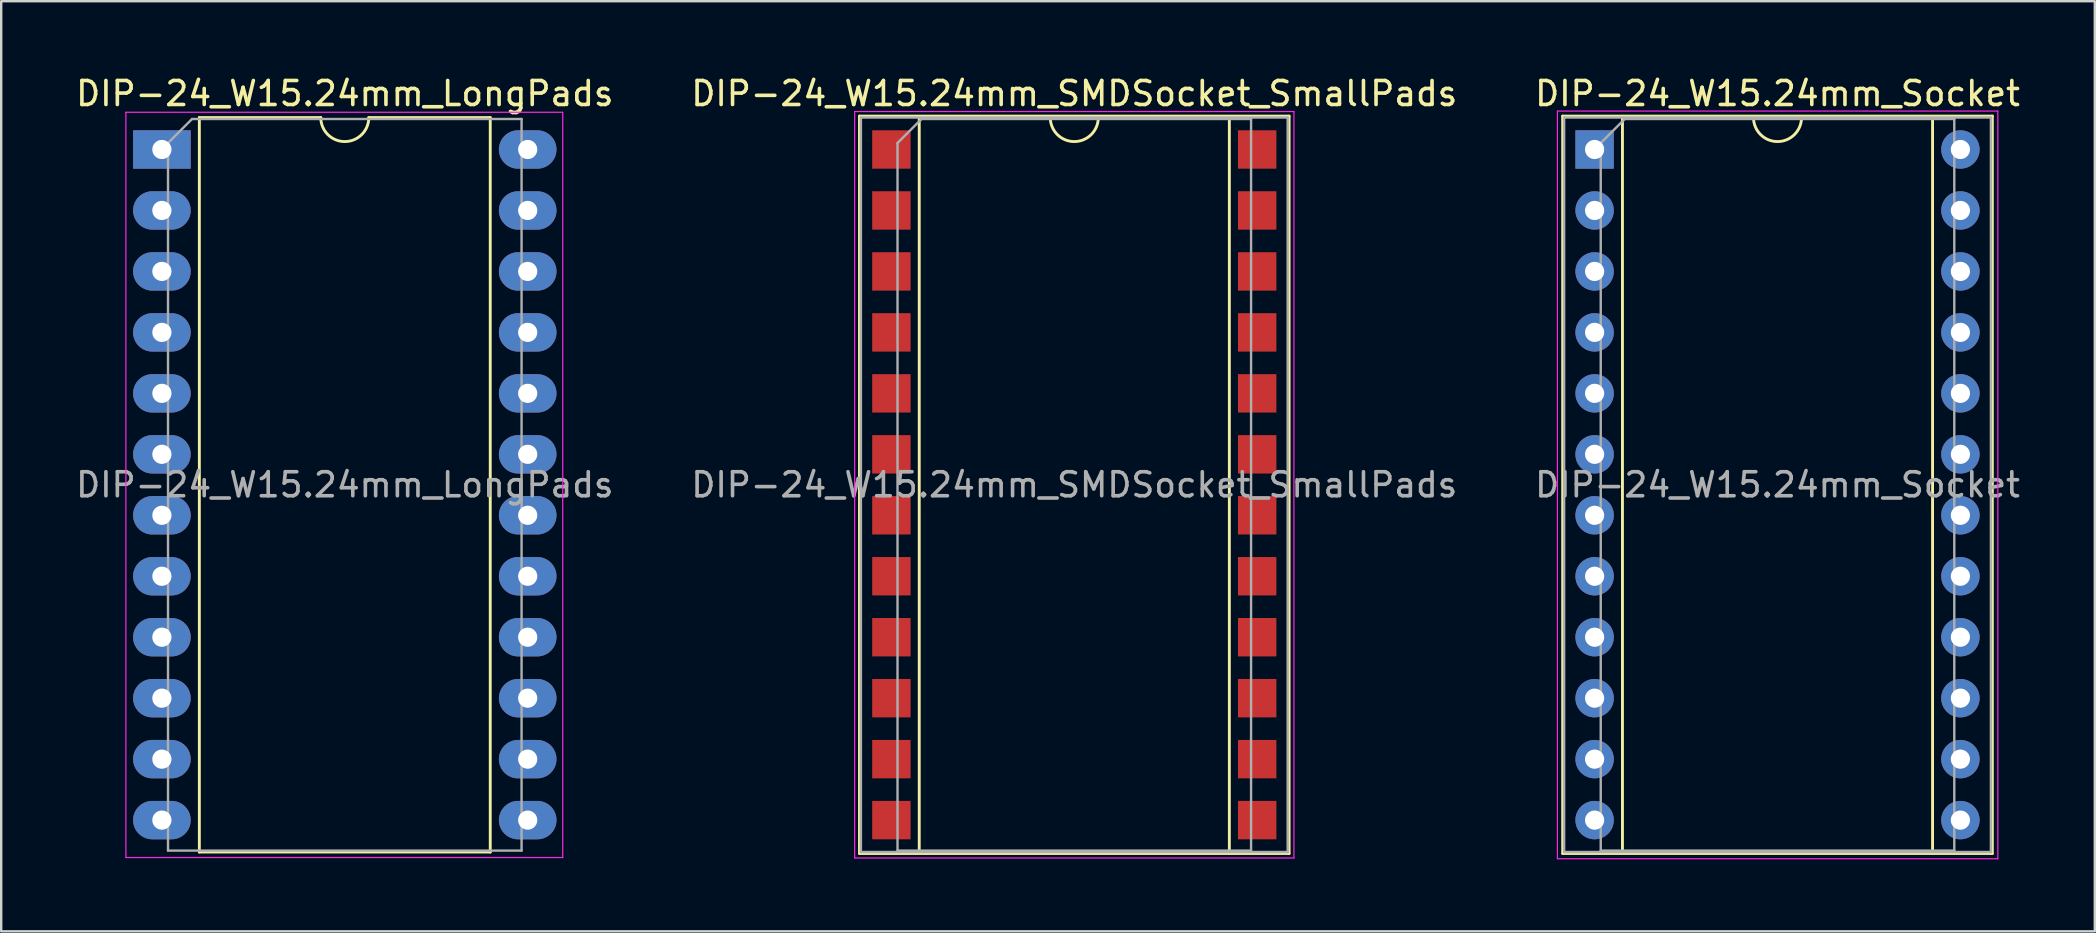
<source format=kicad_pcb>
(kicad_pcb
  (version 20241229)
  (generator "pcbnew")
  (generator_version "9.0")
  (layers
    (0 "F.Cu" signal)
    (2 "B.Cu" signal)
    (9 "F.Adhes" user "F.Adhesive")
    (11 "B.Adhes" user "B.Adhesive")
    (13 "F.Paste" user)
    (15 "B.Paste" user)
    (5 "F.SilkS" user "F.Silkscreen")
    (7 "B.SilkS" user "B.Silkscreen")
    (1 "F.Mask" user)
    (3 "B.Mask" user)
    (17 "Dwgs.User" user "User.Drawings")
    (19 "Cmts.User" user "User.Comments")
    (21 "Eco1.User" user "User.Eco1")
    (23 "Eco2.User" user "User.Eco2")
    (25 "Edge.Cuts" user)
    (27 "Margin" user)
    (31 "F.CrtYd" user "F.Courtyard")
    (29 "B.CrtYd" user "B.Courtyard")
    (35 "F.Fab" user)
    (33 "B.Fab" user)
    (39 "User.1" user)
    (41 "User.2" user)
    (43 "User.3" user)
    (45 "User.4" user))
  (footprint "DIP-24_W15.24mm_LongPads"
    (layer "F.Cu")
    (at 3.695 3.178)
    (property "Reference" "DIP-24_W15.24mm_LongPads" (at 7.62 -2.33 0) (layer "F.SilkS") (effects (font (size 1 1) (thickness 0.15))))
    (attr through_hole)
    (fp_line (start 1.56 -1.33) (end 1.56 29.27) (stroke (width 0.12) (type solid)) (layer "F.SilkS"))
    (fp_line (start 1.56 29.27) (end 13.68 29.27) (stroke (width 0.12) (type solid)) (layer "F.SilkS"))
    (fp_line (start 6.62 -1.33) (end 1.56 -1.33) (stroke (width 0.12) (type solid)) (layer "F.SilkS"))
    (fp_line (start 13.68 -1.33) (end 8.62 -1.33) (stroke (width 0.12) (type solid)) (layer "F.SilkS"))
    (fp_line (start 13.68 29.27) (end 13.68 -1.33) (stroke (width 0.12) (type solid)) (layer "F.SilkS"))
    (fp_arc (start 8.62 -1.33) (mid 7.62 -0.33) (end 6.62 -1.33) (stroke (width 0.12) (type solid)) (layer "F.SilkS"))
    (fp_line (start -1.5 -1.55) (end -1.5 29.5) (stroke (width 0.05) (type solid)) (layer "F.CrtYd"))
    (fp_line (start -1.5 29.5) (end 16.7 29.5) (stroke (width 0.05) (type solid)) (layer "F.CrtYd"))
    (fp_line (start 16.7 -1.55) (end -1.5 -1.55) (stroke (width 0.05) (type solid)) (layer "F.CrtYd"))
    (fp_line (start 16.7 29.5) (end 16.7 -1.55) (stroke (width 0.05) (type solid)) (layer "F.CrtYd"))
    (fp_line (start 0.255 -0.27) (end 1.255 -1.27) (stroke (width 0.1) (type solid)) (layer "F.Fab"))
    (fp_line (start 0.255 29.21) (end 0.255 -0.27) (stroke (width 0.1) (type solid)) (layer "F.Fab"))
    (fp_line (start 1.255 -1.27) (end 14.985 -1.27) (stroke (width 0.1) (type solid)) (layer "F.Fab"))
    (fp_line (start 14.985 -1.27) (end 14.985 29.21) (stroke (width 0.1) (type solid)) (layer "F.Fab"))
    (fp_line (start 14.985 29.21) (end 0.255 29.21) (stroke (width 0.1) (type solid)) (layer "F.Fab"))
    (fp_text user "${REFERENCE}" (at 7.62 13.97 0) (layer "F.Fab") (effects (font (size 1 1) (thickness 0.15))))
    (pad "1" thru_hole rect (at 0 0) (size 2.4 1.6) (drill 0.8) (layers "*.Cu" "*.Mask"))
    (pad "2" thru_hole oval (at 0 2.54) (size 2.4 1.6) (drill 0.8) (layers "*.Cu" "*.Mask"))
    (pad "3" thru_hole oval (at 0 5.08) (size 2.4 1.6) (drill 0.8) (layers "*.Cu" "*.Mask"))
    (pad "4" thru_hole oval (at 0 7.62) (size 2.4 1.6) (drill 0.8) (layers "*.Cu" "*.Mask"))
    (pad "5" thru_hole oval (at 0 10.16) (size 2.4 1.6) (drill 0.8) (layers "*.Cu" "*.Mask"))
    (pad "6" thru_hole oval (at 0 12.7) (size 2.4 1.6) (drill 0.8) (layers "*.Cu" "*.Mask"))
    (pad "7" thru_hole oval (at 0 15.24) (size 2.4 1.6) (drill 0.8) (layers "*.Cu" "*.Mask"))
    (pad "8" thru_hole oval (at 0 17.78) (size 2.4 1.6) (drill 0.8) (layers "*.Cu" "*.Mask"))
    (pad "9" thru_hole oval (at 0 20.32) (size 2.4 1.6) (drill 0.8) (layers "*.Cu" "*.Mask"))
    (pad "10" thru_hole oval (at 0 22.86) (size 2.4 1.6) (drill 0.8) (layers "*.Cu" "*.Mask"))
    (pad "11" thru_hole oval (at 0 25.4) (size 2.4 1.6) (drill 0.8) (layers "*.Cu" "*.Mask"))
    (pad "12" thru_hole oval (at 0 27.94) (size 2.4 1.6) (drill 0.8) (layers "*.Cu" "*.Mask"))
    (pad "13" thru_hole oval (at 15.24 27.94) (size 2.4 1.6) (drill 0.8) (layers "*.Cu" "*.Mask"))
    (pad "14" thru_hole oval (at 15.24 25.4) (size 2.4 1.6) (drill 0.8) (layers "*.Cu" "*.Mask"))
    (pad "15" thru_hole oval (at 15.24 22.86) (size 2.4 1.6) (drill 0.8) (layers "*.Cu" "*.Mask"))
    (pad "16" thru_hole oval (at 15.24 20.32) (size 2.4 1.6) (drill 0.8) (layers "*.Cu" "*.Mask"))
    (pad "17" thru_hole oval (at 15.24 17.78) (size 2.4 1.6) (drill 0.8) (layers "*.Cu" "*.Mask"))
    (pad "18" thru_hole oval (at 15.24 15.24) (size 2.4 1.6) (drill 0.8) (layers "*.Cu" "*.Mask"))
    (pad "19" thru_hole oval (at 15.24 12.7) (size 2.4 1.6) (drill 0.8) (layers "*.Cu" "*.Mask"))
    (pad "20" thru_hole oval (at 15.24 10.16) (size 2.4 1.6) (drill 0.8) (layers "*.Cu" "*.Mask"))
    (pad "21" thru_hole oval (at 15.24 7.62) (size 2.4 1.6) (drill 0.8) (layers "*.Cu" "*.Mask"))
    (pad "22" thru_hole oval (at 15.24 5.08) (size 2.4 1.6) (drill 0.8) (layers "*.Cu" "*.Mask"))
    (pad "23" thru_hole oval (at 15.24 2.54) (size 2.4 1.6) (drill 0.8) (layers "*.Cu" "*.Mask"))
    (pad "24" thru_hole oval (at 15.24 0) (size 2.4 1.6) (drill 0.8) (layers "*.Cu" "*.Mask")))
  (footprint "DIP-24_W15.24mm_Socket"
    (layer "F.Cu")
    (at 63.386 3.178)
    (property "Reference" "DIP-24_W15.24mm_Socket" (at 7.62 -2.33 0) (layer "F.SilkS") (effects (font (size 1 1) (thickness 0.15))))
    (attr through_hole)
    (fp_line (start -1.33 -1.39) (end -1.33 29.33) (stroke (width 0.12) (type solid)) (layer "F.SilkS"))
    (fp_line (start -1.33 29.33) (end 16.57 29.33) (stroke (width 0.12) (type solid)) (layer "F.SilkS"))
    (fp_line (start 1.16 -1.33) (end 1.16 29.27) (stroke (width 0.12) (type solid)) (layer "F.SilkS"))
    (fp_line (start 1.16 29.27) (end 14.08 29.27) (stroke (width 0.12) (type solid)) (layer "F.SilkS"))
    (fp_line (start 6.62 -1.33) (end 1.16 -1.33) (stroke (width 0.12) (type solid)) (layer "F.SilkS"))
    (fp_line (start 14.08 -1.33) (end 8.62 -1.33) (stroke (width 0.12) (type solid)) (layer "F.SilkS"))
    (fp_line (start 14.08 29.27) (end 14.08 -1.33) (stroke (width 0.12) (type solid)) (layer "F.SilkS"))
    (fp_line (start 16.57 -1.39) (end -1.33 -1.39) (stroke (width 0.12) (type solid)) (layer "F.SilkS"))
    (fp_line (start 16.57 29.33) (end 16.57 -1.39) (stroke (width 0.12) (type solid)) (layer "F.SilkS"))
    (fp_arc (start 8.62 -1.33) (mid 7.62 -0.33) (end 6.62 -1.33) (stroke (width 0.12) (type solid)) (layer "F.SilkS"))
    (fp_line (start -1.55 -1.6) (end -1.55 29.55) (stroke (width 0.05) (type solid)) (layer "F.CrtYd"))
    (fp_line (start -1.55 29.55) (end 16.8 29.55) (stroke (width 0.05) (type solid)) (layer "F.CrtYd"))
    (fp_line (start 16.8 -1.6) (end -1.55 -1.6) (stroke (width 0.05) (type solid)) (layer "F.CrtYd"))
    (fp_line (start 16.8 29.55) (end 16.8 -1.6) (stroke (width 0.05) (type solid)) (layer "F.CrtYd"))
    (fp_line (start -1.27 -1.33) (end -1.27 29.27) (stroke (width 0.1) (type solid)) (layer "F.Fab"))
    (fp_line (start -1.27 29.27) (end 16.51 29.27) (stroke (width 0.1) (type solid)) (layer "F.Fab"))
    (fp_line (start 0.255 -0.27) (end 1.255 -1.27) (stroke (width 0.1) (type solid)) (layer "F.Fab"))
    (fp_line (start 0.255 29.21) (end 0.255 -0.27) (stroke (width 0.1) (type solid)) (layer "F.Fab"))
    (fp_line (start 1.255 -1.27) (end 14.985 -1.27) (stroke (width 0.1) (type solid)) (layer "F.Fab"))
    (fp_line (start 14.985 -1.27) (end 14.985 29.21) (stroke (width 0.1) (type solid)) (layer "F.Fab"))
    (fp_line (start 14.985 29.21) (end 0.255 29.21) (stroke (width 0.1) (type solid)) (layer "F.Fab"))
    (fp_line (start 16.51 -1.33) (end -1.27 -1.33) (stroke (width 0.1) (type solid)) (layer "F.Fab"))
    (fp_line (start 16.51 29.27) (end 16.51 -1.33) (stroke (width 0.1) (type solid)) (layer "F.Fab"))
    (fp_text user "${REFERENCE}" (at 7.62 13.97 0) (layer "F.Fab") (effects (font (size 1 1) (thickness 0.15))))
    (pad "1" thru_hole rect (at 0 0) (size 1.6 1.6) (drill 0.8) (layers "*.Cu" "*.Mask"))
    (pad "2" thru_hole oval (at 0 2.54) (size 1.6 1.6) (drill 0.8) (layers "*.Cu" "*.Mask"))
    (pad "3" thru_hole oval (at 0 5.08) (size 1.6 1.6) (drill 0.8) (layers "*.Cu" "*.Mask"))
    (pad "4" thru_hole oval (at 0 7.62) (size 1.6 1.6) (drill 0.8) (layers "*.Cu" "*.Mask"))
    (pad "5" thru_hole oval (at 0 10.16) (size 1.6 1.6) (drill 0.8) (layers "*.Cu" "*.Mask"))
    (pad "6" thru_hole oval (at 0 12.7) (size 1.6 1.6) (drill 0.8) (layers "*.Cu" "*.Mask"))
    (pad "7" thru_hole oval (at 0 15.24) (size 1.6 1.6) (drill 0.8) (layers "*.Cu" "*.Mask"))
    (pad "8" thru_hole oval (at 0 17.78) (size 1.6 1.6) (drill 0.8) (layers "*.Cu" "*.Mask"))
    (pad "9" thru_hole oval (at 0 20.32) (size 1.6 1.6) (drill 0.8) (layers "*.Cu" "*.Mask"))
    (pad "10" thru_hole oval (at 0 22.86) (size 1.6 1.6) (drill 0.8) (layers "*.Cu" "*.Mask"))
    (pad "11" thru_hole oval (at 0 25.4) (size 1.6 1.6) (drill 0.8) (layers "*.Cu" "*.Mask"))
    (pad "12" thru_hole oval (at 0 27.94) (size 1.6 1.6) (drill 0.8) (layers "*.Cu" "*.Mask"))
    (pad "13" thru_hole oval (at 15.24 27.94) (size 1.6 1.6) (drill 0.8) (layers "*.Cu" "*.Mask"))
    (pad "14" thru_hole oval (at 15.24 25.4) (size 1.6 1.6) (drill 0.8) (layers "*.Cu" "*.Mask"))
    (pad "15" thru_hole oval (at 15.24 22.86) (size 1.6 1.6) (drill 0.8) (layers "*.Cu" "*.Mask"))
    (pad "16" thru_hole oval (at 15.24 20.32) (size 1.6 1.6) (drill 0.8) (layers "*.Cu" "*.Mask"))
    (pad "17" thru_hole oval (at 15.24 17.78) (size 1.6 1.6) (drill 0.8) (layers "*.Cu" "*.Mask"))
    (pad "18" thru_hole oval (at 15.24 15.24) (size 1.6 1.6) (drill 0.8) (layers "*.Cu" "*.Mask"))
    (pad "19" thru_hole oval (at 15.24 12.7) (size 1.6 1.6) (drill 0.8) (layers "*.Cu" "*.Mask"))
    (pad "20" thru_hole oval (at 15.24 10.16) (size 1.6 1.6) (drill 0.8) (layers "*.Cu" "*.Mask"))
    (pad "21" thru_hole oval (at 15.24 7.62) (size 1.6 1.6) (drill 0.8) (layers "*.Cu" "*.Mask"))
    (pad "22" thru_hole oval (at 15.24 5.08) (size 1.6 1.6) (drill 0.8) (layers "*.Cu" "*.Mask"))
    (pad "23" thru_hole oval (at 15.24 2.54) (size 1.6 1.6) (drill 0.8) (layers "*.Cu" "*.Mask"))
    (pad "24" thru_hole oval (at 15.24 0) (size 1.6 1.6) (drill 0.8) (layers "*.Cu" "*.Mask")))
  (footprint "DIP-24_W15.24mm_SMDSocket_SmallPads"
    (layer "F.Cu")
    (at 41.708 17.148)
    (property "Reference" "DIP-24_W15.24mm_SMDSocket_SmallPads" (at 0 -16.3 0) (layer "F.SilkS") (effects (font (size 1 1) (thickness 0.15))))
    (attr smd)
    (fp_line (start -8.95 -15.36) (end -8.95 15.36) (stroke (width 0.12) (type solid)) (layer "F.SilkS"))
    (fp_line (start -8.95 15.36) (end 8.95 15.36) (stroke (width 0.12) (type solid)) (layer "F.SilkS"))
    (fp_line (start -6.46 -15.3) (end -6.46 15.3) (stroke (width 0.12) (type solid)) (layer "F.SilkS"))
    (fp_line (start -6.46 15.3) (end 6.46 15.3) (stroke (width 0.12) (type solid)) (layer "F.SilkS"))
    (fp_line (start -1 -15.3) (end -6.46 -15.3) (stroke (width 0.12) (type solid)) (layer "F.SilkS"))
    (fp_line (start 6.46 -15.3) (end 1 -15.3) (stroke (width 0.12) (type solid)) (layer "F.SilkS"))
    (fp_line (start 6.46 15.3) (end 6.46 -15.3) (stroke (width 0.12) (type solid)) (layer "F.SilkS"))
    (fp_line (start 8.95 -15.36) (end -8.95 -15.36) (stroke (width 0.12) (type solid)) (layer "F.SilkS"))
    (fp_line (start 8.95 15.36) (end 8.95 -15.36) (stroke (width 0.12) (type solid)) (layer "F.SilkS"))
    (fp_arc (start 1 -15.3) (mid 0 -14.3) (end -1 -15.3) (stroke (width 0.12) (type solid)) (layer "F.SilkS"))
    (fp_line (start -9.15 -15.55) (end -9.15 15.55) (stroke (width 0.05) (type solid)) (layer "F.CrtYd"))
    (fp_line (start -9.15 15.55) (end 9.15 15.55) (stroke (width 0.05) (type solid)) (layer "F.CrtYd"))
    (fp_line (start 9.15 -15.55) (end -9.15 -15.55) (stroke (width 0.05) (type solid)) (layer "F.CrtYd"))
    (fp_line (start 9.15 15.55) (end 9.15 -15.55) (stroke (width 0.05) (type solid)) (layer "F.CrtYd"))
    (fp_line (start -8.89 -15.3) (end -8.89 15.3) (stroke (width 0.1) (type solid)) (layer "F.Fab"))
    (fp_line (start -8.89 15.3) (end 8.89 15.3) (stroke (width 0.1) (type solid)) (layer "F.Fab"))
    (fp_line (start -7.365 -14.24) (end -6.365 -15.24) (stroke (width 0.1) (type solid)) (layer "F.Fab"))
    (fp_line (start -7.365 15.24) (end -7.365 -14.24) (stroke (width 0.1) (type solid)) (layer "F.Fab"))
    (fp_line (start -6.365 -15.24) (end 7.365 -15.24) (stroke (width 0.1) (type solid)) (layer "F.Fab"))
    (fp_line (start 7.365 -15.24) (end 7.365 15.24) (stroke (width 0.1) (type solid)) (layer "F.Fab"))
    (fp_line (start 7.365 15.24) (end -7.365 15.24) (stroke (width 0.1) (type solid)) (layer "F.Fab"))
    (fp_line (start 8.89 -15.3) (end -8.89 -15.3) (stroke (width 0.1) (type solid)) (layer "F.Fab"))
    (fp_line (start 8.89 15.3) (end 8.89 -15.3) (stroke (width 0.1) (type solid)) (layer "F.Fab"))
    (fp_text user "${REFERENCE}" (at 0 0 0) (layer "F.Fab") (effects (font (size 1 1) (thickness 0.15))))
    (pad "1" smd rect (at -7.62 -13.97) (size 1.6 1.6) (layers "F.Cu" "F.Mask" "F.Paste"))
    (pad "2" smd rect (at -7.62 -11.43) (size 1.6 1.6) (layers "F.Cu" "F.Mask" "F.Paste"))
    (pad "3" smd rect (at -7.62 -8.89) (size 1.6 1.6) (layers "F.Cu" "F.Mask" "F.Paste"))
    (pad "4" smd rect (at -7.62 -6.35) (size 1.6 1.6) (layers "F.Cu" "F.Mask" "F.Paste"))
    (pad "5" smd rect (at -7.62 -3.81) (size 1.6 1.6) (layers "F.Cu" "F.Mask" "F.Paste"))
    (pad "6" smd rect (at -7.62 -1.27) (size 1.6 1.6) (layers "F.Cu" "F.Mask" "F.Paste"))
    (pad "7" smd rect (at -7.62 1.27) (size 1.6 1.6) (layers "F.Cu" "F.Mask" "F.Paste"))
    (pad "8" smd rect (at -7.62 3.81) (size 1.6 1.6) (layers "F.Cu" "F.Mask" "F.Paste"))
    (pad "9" smd rect (at -7.62 6.35) (size 1.6 1.6) (layers "F.Cu" "F.Mask" "F.Paste"))
    (pad "10" smd rect (at -7.62 8.89) (size 1.6 1.6) (layers "F.Cu" "F.Mask" "F.Paste"))
    (pad "11" smd rect (at -7.62 11.43) (size 1.6 1.6) (layers "F.Cu" "F.Mask" "F.Paste"))
    (pad "12" smd rect (at -7.62 13.97) (size 1.6 1.6) (layers "F.Cu" "F.Mask" "F.Paste"))
    (pad "13" smd rect (at 7.62 13.97) (size 1.6 1.6) (layers "F.Cu" "F.Mask" "F.Paste"))
    (pad "14" smd rect (at 7.62 11.43) (size 1.6 1.6) (layers "F.Cu" "F.Mask" "F.Paste"))
    (pad "15" smd rect (at 7.62 8.89) (size 1.6 1.6) (layers "F.Cu" "F.Mask" "F.Paste"))
    (pad "16" smd rect (at 7.62 6.35) (size 1.6 1.6) (layers "F.Cu" "F.Mask" "F.Paste"))
    (pad "17" smd rect (at 7.62 3.81) (size 1.6 1.6) (layers "F.Cu" "F.Mask" "F.Paste"))
    (pad "18" smd rect (at 7.62 1.27) (size 1.6 1.6) (layers "F.Cu" "F.Mask" "F.Paste"))
    (pad "19" smd rect (at 7.62 -1.27) (size 1.6 1.6) (layers "F.Cu" "F.Mask" "F.Paste"))
    (pad "20" smd rect (at 7.62 -3.81) (size 1.6 1.6) (layers "F.Cu" "F.Mask" "F.Paste"))
    (pad "21" smd rect (at 7.62 -6.35) (size 1.6 1.6) (layers "F.Cu" "F.Mask" "F.Paste"))
    (pad "22" smd rect (at 7.62 -8.89) (size 1.6 1.6) (layers "F.Cu" "F.Mask" "F.Paste"))
    (pad "23" smd rect (at 7.62 -11.43) (size 1.6 1.6) (layers "F.Cu" "F.Mask" "F.Paste"))
    (pad "24" smd rect (at 7.62 -13.97) (size 1.6 1.6) (layers "F.Cu" "F.Mask" "F.Paste")))
  (gr_rect
    (start -3 -3)
    (end 84.226 35.753)
    (stroke (width 0.1) (type default))
    (fill no)
    (layer "Edge.Cuts")))
</source>
